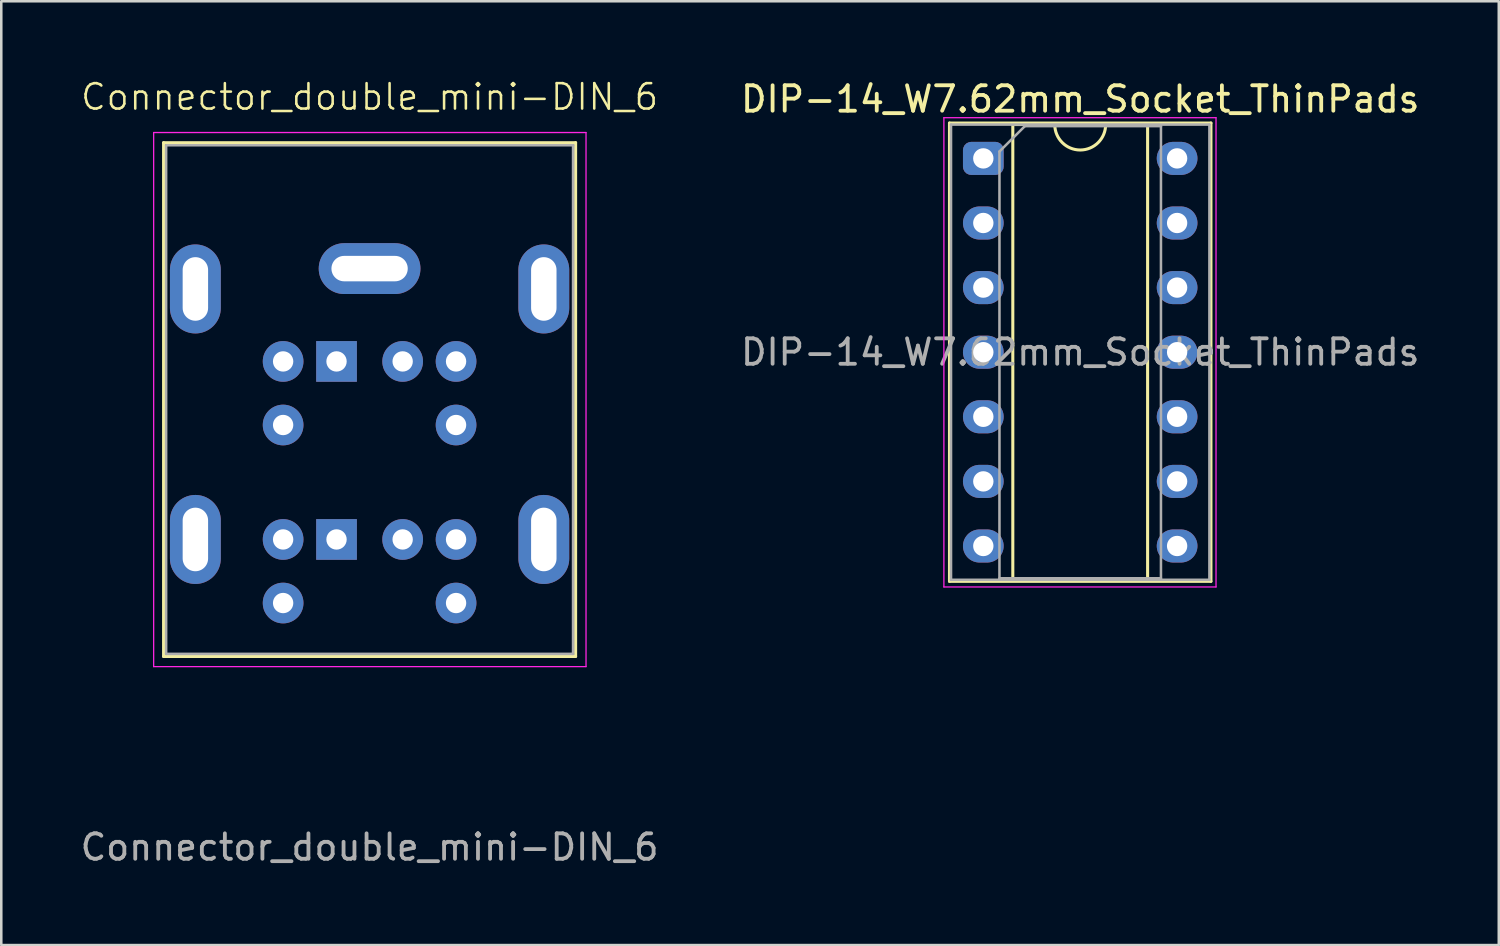
<source format=kicad_pcb>
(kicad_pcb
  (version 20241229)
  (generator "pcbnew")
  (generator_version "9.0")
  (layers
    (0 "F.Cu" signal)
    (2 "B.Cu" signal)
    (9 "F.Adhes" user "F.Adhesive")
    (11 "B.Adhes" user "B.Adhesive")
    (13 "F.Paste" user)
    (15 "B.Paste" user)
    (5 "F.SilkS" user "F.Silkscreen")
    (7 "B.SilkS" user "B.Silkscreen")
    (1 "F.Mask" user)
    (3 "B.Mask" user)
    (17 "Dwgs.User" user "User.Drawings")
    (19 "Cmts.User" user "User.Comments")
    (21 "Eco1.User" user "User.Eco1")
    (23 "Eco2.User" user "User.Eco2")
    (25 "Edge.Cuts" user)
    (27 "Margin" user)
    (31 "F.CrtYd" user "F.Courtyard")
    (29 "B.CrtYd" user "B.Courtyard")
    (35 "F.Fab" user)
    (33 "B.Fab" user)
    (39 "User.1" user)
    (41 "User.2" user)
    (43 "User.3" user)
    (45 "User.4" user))
  (footprint "DIP-14_W7.62mm_Socket_ThinPads"
    (layer "F.Cu")
    (at 35.613 3.178)
    (property "Reference" "DIP-14_W7.62mm_Socket_ThinPads" (at 3.81 -2.33 0) (layer "F.SilkS") (effects (font (size 1 1) (thickness 0.15))))
    (attr through_hole)
    (fp_line (start -1.33 -1.39) (end -1.33 16.63) (stroke (width 0.12) (type solid)) (layer "F.SilkS"))
    (fp_line (start -1.33 16.63) (end 8.95 16.63) (stroke (width 0.12) (type solid)) (layer "F.SilkS"))
    (fp_line (start 1.16 -1.33) (end 1.16 16.57) (stroke (width 0.12) (type solid)) (layer "F.SilkS"))
    (fp_line (start 1.16 16.57) (end 6.46 16.57) (stroke (width 0.12) (type solid)) (layer "F.SilkS"))
    (fp_line (start 2.81 -1.33) (end 1.16 -1.33) (stroke (width 0.12) (type solid)) (layer "F.SilkS"))
    (fp_line (start 6.46 -1.33) (end 4.81 -1.33) (stroke (width 0.12) (type solid)) (layer "F.SilkS"))
    (fp_line (start 6.46 16.57) (end 6.46 -1.33) (stroke (width 0.12) (type solid)) (layer "F.SilkS"))
    (fp_line (start 8.95 -1.39) (end -1.33 -1.39) (stroke (width 0.12) (type solid)) (layer "F.SilkS"))
    (fp_line (start 8.95 16.63) (end 8.95 -1.39) (stroke (width 0.12) (type solid)) (layer "F.SilkS"))
    (fp_arc (start 4.81 -1.33) (mid 3.81 -0.33) (end 2.81 -1.33) (stroke (width 0.12) (type solid)) (layer "F.SilkS"))
    (fp_line (start -1.55 -1.6) (end -1.55 16.85) (stroke (width 0.05) (type solid)) (layer "F.CrtYd"))
    (fp_line (start -1.55 16.85) (end 9.15 16.85) (stroke (width 0.05) (type solid)) (layer "F.CrtYd"))
    (fp_line (start 9.15 -1.6) (end -1.55 -1.6) (stroke (width 0.05) (type solid)) (layer "F.CrtYd"))
    (fp_line (start 9.15 16.85) (end 9.15 -1.6) (stroke (width 0.05) (type solid)) (layer "F.CrtYd"))
    (fp_line (start -1.27 -1.33) (end -1.27 16.57) (stroke (width 0.1) (type solid)) (layer "F.Fab"))
    (fp_line (start -1.27 16.57) (end 8.89 16.57) (stroke (width 0.1) (type solid)) (layer "F.Fab"))
    (fp_line (start 0.635 -0.27) (end 1.635 -1.27) (stroke (width 0.1) (type solid)) (layer "F.Fab"))
    (fp_line (start 0.635 16.51) (end 0.635 -0.27) (stroke (width 0.1) (type solid)) (layer "F.Fab"))
    (fp_line (start 1.635 -1.27) (end 6.985 -1.27) (stroke (width 0.1) (type solid)) (layer "F.Fab"))
    (fp_line (start 6.985 -1.27) (end 6.985 16.51) (stroke (width 0.1) (type solid)) (layer "F.Fab"))
    (fp_line (start 6.985 16.51) (end 0.635 16.51) (stroke (width 0.1) (type solid)) (layer "F.Fab"))
    (fp_line (start 8.89 -1.33) (end -1.27 -1.33) (stroke (width 0.1) (type solid)) (layer "F.Fab"))
    (fp_line (start 8.89 16.57) (end 8.89 -1.33) (stroke (width 0.1) (type solid)) (layer "F.Fab"))
    (fp_text user "${REFERENCE}" (at 3.81 7.62 0) (layer "F.Fab") (effects (font (size 1 1) (thickness 0.15))))
    (pad "1" thru_hole roundrect (at 0 0) (size 1.6 1.3) (drill 0.8) (layers "*.Cu" "*.Mask") (roundrect_rratio 0.25))
    (pad "2" thru_hole oval (at 0 2.54) (size 1.6 1.3) (drill 0.8) (layers "*.Cu" "*.Mask"))
    (pad "3" thru_hole oval (at 0 5.08) (size 1.6 1.3) (drill 0.8) (layers "*.Cu" "*.Mask"))
    (pad "4" thru_hole oval (at 0 7.62) (size 1.6 1.3) (drill 0.8) (layers "*.Cu" "*.Mask"))
    (pad "5" thru_hole oval (at 0 10.16) (size 1.6 1.3) (drill 0.8) (layers "*.Cu" "*.Mask"))
    (pad "6" thru_hole oval (at 0 12.7) (size 1.6 1.3) (drill 0.8) (layers "*.Cu" "*.Mask"))
    (pad "7" thru_hole oval (at 0 15.24) (size 1.6 1.3) (drill 0.8) (layers "*.Cu" "*.Mask"))
    (pad "8" thru_hole oval (at 7.62 15.24) (size 1.6 1.3) (drill 0.8) (layers "*.Cu" "*.Mask"))
    (pad "9" thru_hole oval (at 7.62 12.7) (size 1.6 1.3) (drill 0.8) (layers "*.Cu" "*.Mask"))
    (pad "10" thru_hole oval (at 7.62 10.16) (size 1.6 1.3) (drill 0.8) (layers "*.Cu" "*.Mask"))
    (pad "11" thru_hole oval (at 7.62 7.62) (size 1.6 1.3) (drill 0.8) (layers "*.Cu" "*.Mask"))
    (pad "12" thru_hole oval (at 7.62 5.08) (size 1.6 1.3) (drill 0.8) (layers "*.Cu" "*.Mask"))
    (pad "13" thru_hole oval (at 7.62 2.54) (size 1.6 1.3) (drill 0.8) (layers "*.Cu" "*.Mask"))
    (pad "14" thru_hole oval (at 7.62 0) (size 1.6 1.3) (drill 0.8) (layers "*.Cu" "*.Mask")))
  (footprint "Connector_double_mini-DIN_6"
    (layer "F.Cu")
    (at 11.482 7.561)
    (property "Reference" "Connector_double_mini-DIN_6" (at 0 -6.8 0) (unlocked yes) (layer "F.SilkS") (effects (font (size 1 1) (thickness 0.1))))
    (attr through_hole)
    (fp_line (start -8.1 15.2) (end -8.1 -5) (stroke (width 0.12) (type solid)) (layer "F.SilkS"))
    (fp_line (start 8.1 -5) (end -8.1 -5) (stroke (width 0.12) (type solid)) (layer "F.SilkS"))
    (fp_line (start 8.1 15.2) (end -8.1 15.2) (stroke (width 0.12) (type solid)) (layer "F.SilkS"))
    (fp_line (start 8.1 15.2) (end 8.1 -5) (stroke (width 0.12) (type solid)) (layer "F.SilkS"))
    (fp_line (start -8.49 -5.4) (end -8.49 15.6) (stroke (width 0.05) (type solid)) (layer "F.CrtYd"))
    (fp_line (start -8.49 -5.4) (end 8.51 -5.4) (stroke (width 0.05) (type solid)) (layer "F.CrtYd"))
    (fp_line (start 8.51 15.6) (end -8.49 15.6) (stroke (width 0.05) (type solid)) (layer "F.CrtYd"))
    (fp_line (start 8.51 15.6) (end 8.51 -5.4) (stroke (width 0.05) (type solid)) (layer "F.CrtYd"))
    (fp_line (start -8 -4.9) (end 8 -4.9) (stroke (width 0.1) (type solid)) (layer "F.Fab"))
    (fp_line (start -8 15.1) (end -8 -4.9) (stroke (width 0.1) (type solid)) (layer "F.Fab"))
    (fp_line (start 8 -4.9) (end 8 15.1) (stroke (width 0.1) (type solid)) (layer "F.Fab"))
    (fp_line (start 8 15.1) (end -8 15.1) (stroke (width 0.1) (type solid)) (layer "F.Fab"))
    (fp_text user "${REFERENCE}" (at 0 22.7 0) (unlocked yes) (layer "F.Fab") (effects (font (size 1 1) (thickness 0.15))))
    (pad "1" thru_hole rect (at -1.3 3.6 180) (size 1.6 1.6) (drill 0.8) (layers "*.Cu" "*.Mask"))
    (pad "1" thru_hole rect (at -1.3 10.6 180) (size 1.6 1.6) (drill 0.8) (layers "*.Cu" "*.Mask"))
    (pad "2" thru_hole circle (at 1.3 3.6 180) (size 1.6 1.6) (drill 0.8) (layers "*.Cu" "*.Mask"))
    (pad "2" thru_hole circle (at 1.3 10.6 180) (size 1.6 1.6) (drill 0.8) (layers "*.Cu" "*.Mask"))
    (pad "3" thru_hole circle (at -3.4 3.6 180) (size 1.6 1.6) (drill 0.8) (layers "*.Cu" "*.Mask"))
    (pad "3" thru_hole circle (at -3.4 10.6 180) (size 1.6 1.6) (drill 0.8) (layers "*.Cu" "*.Mask"))
    (pad "4" thru_hole circle (at 3.4 3.6 180) (size 1.6 1.6) (drill 0.8) (layers "*.Cu" "*.Mask"))
    (pad "4" thru_hole circle (at 3.4 10.6 180) (size 1.6 1.6) (drill 0.8) (layers "*.Cu" "*.Mask"))
    (pad "5" thru_hole circle (at -3.4 6.1 180) (size 1.6 1.6) (drill 0.8) (layers "*.Cu" "*.Mask"))
    (pad "5" thru_hole circle (at -3.4 13.1 180) (size 1.6 1.6) (drill 0.8) (layers "*.Cu" "*.Mask"))
    (pad "6" thru_hole circle (at 3.4 6.1 180) (size 1.6 1.6) (drill 0.8) (layers "*.Cu" "*.Mask"))
    (pad "6" thru_hole circle (at 3.4 13.1 180) (size 1.6 1.6) (drill 0.8) (layers "*.Cu" "*.Mask"))
    (pad "7" thru_hole oval (at -6.85 0.75 180) (size 2 3.5) (drill oval 1 2.5) (layers "*.Cu" "*.Mask"))
    (pad "7" thru_hole oval (at -6.85 10.6 180) (size 2 3.5) (drill oval 1 2.5) (layers "*.Cu" "*.Mask"))
    (pad "7" thru_hole oval (at 0 -0.05 180) (size 4 2) (drill oval 3 1) (layers "*.Cu" "*.Mask"))
    (pad "7" thru_hole oval (at 6.85 0.75 180) (size 2 3.5) (drill oval 1 2.5) (layers "*.Cu" "*.Mask"))
    (pad "7" thru_hole oval (at 6.85 10.6 180) (size 2 3.5) (drill oval 1 2.5) (layers "*.Cu" "*.Mask")))
  (gr_rect
    (start -3 -3)
    (end 55.881 34.109)
    (stroke (width 0.1) (type default))
    (fill no)
    (layer "Edge.Cuts")))
</source>
